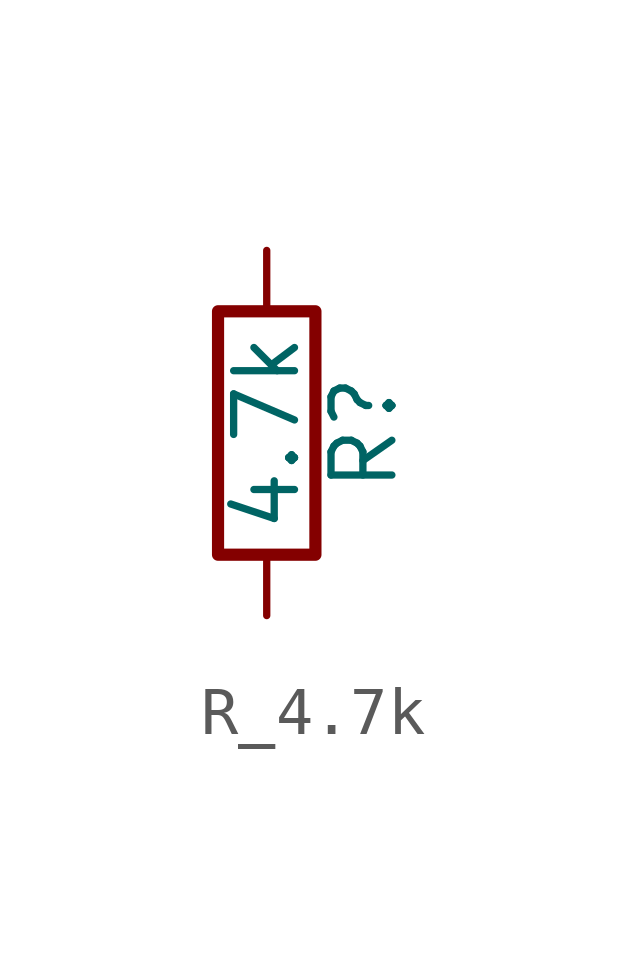
<source format=kicad_sym>
(kicad_symbol_lib
  (version 20241209)
  (generator "kicad_symbol_editor")
  (generator_version "9.0")
  (symbol "R_4.7k"
    (pin_numbers
      (hide yes))
    (pin_names
      (offset 0))
    (property "Reference" "R"
      (at 2.032 0 90)
      (effects (font (size 1.27 1.27))))
    (property "Value" "4.7k"
      (at 0 0 90)
      (effects (font (size 1.27 1.27))))
    (symbol "R_4.7k_0_1"
      (rectangle (start -1.016 -2.54) (end 1.016 2.54) (stroke (width 0.254) (type default)) (fill (type none))))
    (symbol "R_4.7k_1_1"
      (pin passive line (at 0 3.81 270) (length 1.27) (name "~" (effects (font (size 1.27 1.27)))) (number "1" (effects (font (size 1.27 1.27)))))
      (pin passive line (at 0 -3.81 90) (length 1.27) (name "~" (effects (font (size 1.27 1.27)))) (number "2" (effects (font (size 1.27 1.27))))))))
</source>
